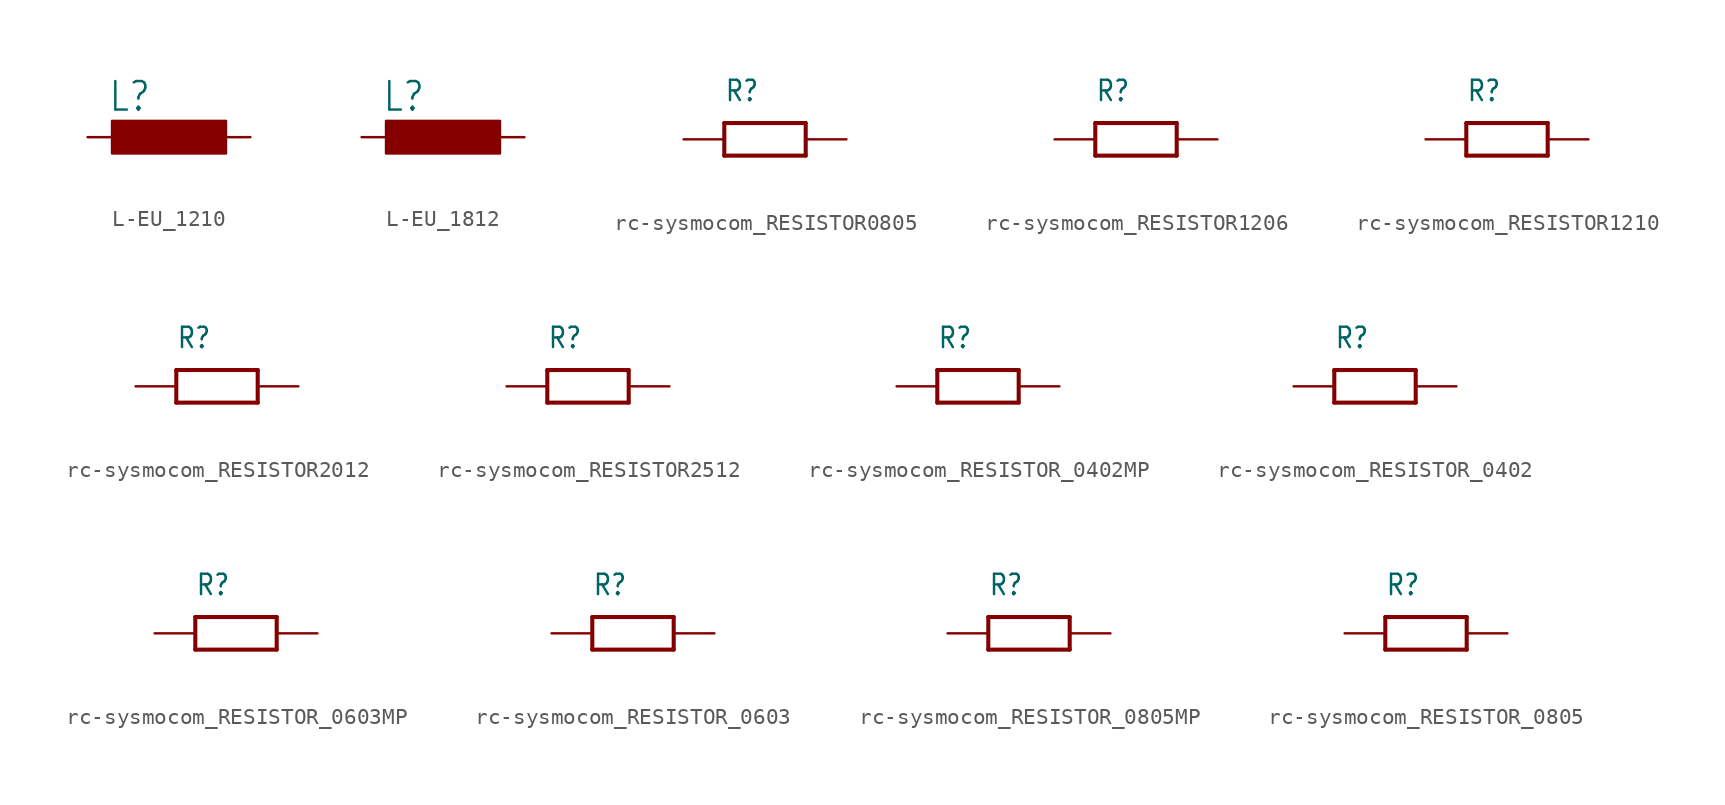
<source format=kicad_sym>
(kicad_symbol_lib
  (version 20231120)
  (generator "kicad_symbol_editor")
  (generator_version "8.0")
  (symbol "L-EU_1210"
    (property "Reference" "L"
      (at -3.81 1.499 0)
      (effects (font (size 1.778 1.511)) (justify left bottom)))
    (property "Value" ""
      (at -3.81 -3.302 0)
      (effects (font (size 1.778 1.511)) (justify left bottom)))
    (property "ki_locked" ""
      (at 0 0 0)
      (effects (font (size 1.27 1.27))))
    (symbol "L-EU_1210_1_0"
      (rectangle (start 3.556 -1.016) (end -3.556 1.016) (stroke (width 0) (type default)) (fill (type outline)))
      (pin passive line (at 5.08 0 180) (length 2.54) (name "1" (effects (font (size 0 0)))) (number "1" (effects (font (size 0 0)))))
      (pin passive line (at -5.08 0 0) (length 2.54) (name "2" (effects (font (size 0 0)))) (number "2" (effects (font (size 0 0)))))))
  (symbol "L-EU_1812"
    (property "Reference" "L"
      (at -3.81 1.499 0)
      (effects (font (size 1.778 1.511)) (justify left bottom)))
    (property "Value" ""
      (at -3.81 -3.302 0)
      (effects (font (size 1.778 1.511)) (justify left bottom)))
    (property "ki_locked" ""
      (at 0 0 0)
      (effects (font (size 1.27 1.27))))
    (symbol "L-EU_1812_1_0"
      (rectangle (start 3.556 -1.016) (end -3.556 1.016) (stroke (width 0) (type default)) (fill (type outline)))
      (pin passive line (at 5.08 0 180) (length 2.54) (name "1" (effects (font (size 0 0)))) (number "1" (effects (font (size 0 0)))))
      (pin passive line (at -5.08 0 0) (length 2.54) (name "2" (effects (font (size 0 0)))) (number "2" (effects (font (size 0 0)))))))
  (symbol "rc-sysmocom_RESISTOR0805"
    (property "Reference" "R"
      (at -2.54 2.286 0)
      (effects (font (size 1.27 1.079)) (justify left bottom)))
    (property "Value" ""
      (at -2.54 -3.429 0)
      (effects (font (size 1.27 1.079)) (justify left bottom)))
    (property "ki_locked" ""
      (at 0 0 0)
      (effects (font (size 1.27 1.27))))
    (symbol "rc-sysmocom_RESISTOR0805_1_0"
      (polyline (pts (xy -2.54 -1.016) (xy -2.54 1.016)) (stroke (width 0.254) (type solid)) (fill (type none)))
      (polyline (pts (xy -2.54 1.016) (xy 2.54 1.016)) (stroke (width 0.254) (type solid)) (fill (type none)))
      (polyline (pts (xy 2.54 -1.016) (xy -2.54 -1.016)) (stroke (width 0.254) (type solid)) (fill (type none)))
      (polyline (pts (xy 2.54 1.016) (xy 2.54 -1.016)) (stroke (width 0.254) (type solid)) (fill (type none)))
      (pin passive line (at -5.08 0 0) (length 2.54) (name "1" (effects (font (size 0 0)))) (number "1" (effects (font (size 0 0)))))
      (pin passive line (at 5.08 0 180) (length 2.54) (name "2" (effects (font (size 0 0)))) (number "2" (effects (font (size 0 0)))))))
  (symbol "rc-sysmocom_RESISTOR1206"
    (property "Reference" "R"
      (at -2.54 2.286 0)
      (effects (font (size 1.27 1.079)) (justify left bottom)))
    (property "Value" ""
      (at -2.54 -3.429 0)
      (effects (font (size 1.27 1.079)) (justify left bottom)))
    (property "ki_locked" ""
      (at 0 0 0)
      (effects (font (size 1.27 1.27))))
    (symbol "rc-sysmocom_RESISTOR1206_1_0"
      (polyline (pts (xy -2.54 -1.016) (xy -2.54 1.016)) (stroke (width 0.254) (type solid)) (fill (type none)))
      (polyline (pts (xy -2.54 1.016) (xy 2.54 1.016)) (stroke (width 0.254) (type solid)) (fill (type none)))
      (polyline (pts (xy 2.54 -1.016) (xy -2.54 -1.016)) (stroke (width 0.254) (type solid)) (fill (type none)))
      (polyline (pts (xy 2.54 1.016) (xy 2.54 -1.016)) (stroke (width 0.254) (type solid)) (fill (type none)))
      (pin passive line (at -5.08 0 0) (length 2.54) (name "1" (effects (font (size 0 0)))) (number "1" (effects (font (size 0 0)))))
      (pin passive line (at 5.08 0 180) (length 2.54) (name "2" (effects (font (size 0 0)))) (number "2" (effects (font (size 0 0)))))))
  (symbol "rc-sysmocom_RESISTOR1210"
    (property "Reference" "R"
      (at -2.54 2.286 0)
      (effects (font (size 1.27 1.079)) (justify left bottom)))
    (property "Value" ""
      (at -2.54 -3.429 0)
      (effects (font (size 1.27 1.079)) (justify left bottom)))
    (property "ki_locked" ""
      (at 0 0 0)
      (effects (font (size 1.27 1.27))))
    (symbol "rc-sysmocom_RESISTOR1210_1_0"
      (polyline (pts (xy -2.54 -1.016) (xy -2.54 1.016)) (stroke (width 0.254) (type solid)) (fill (type none)))
      (polyline (pts (xy -2.54 1.016) (xy 2.54 1.016)) (stroke (width 0.254) (type solid)) (fill (type none)))
      (polyline (pts (xy 2.54 -1.016) (xy -2.54 -1.016)) (stroke (width 0.254) (type solid)) (fill (type none)))
      (polyline (pts (xy 2.54 1.016) (xy 2.54 -1.016)) (stroke (width 0.254) (type solid)) (fill (type none)))
      (pin passive line (at -5.08 0 0) (length 2.54) (name "1" (effects (font (size 0 0)))) (number "1" (effects (font (size 0 0)))))
      (pin passive line (at 5.08 0 180) (length 2.54) (name "2" (effects (font (size 0 0)))) (number "2" (effects (font (size 0 0)))))))
  (symbol "rc-sysmocom_RESISTOR2012"
    (property "Reference" "R"
      (at -2.54 2.286 0)
      (effects (font (size 1.27 1.079)) (justify left bottom)))
    (property "Value" ""
      (at -2.54 -3.429 0)
      (effects (font (size 1.27 1.079)) (justify left bottom)))
    (property "ki_locked" ""
      (at 0 0 0)
      (effects (font (size 1.27 1.27))))
    (symbol "rc-sysmocom_RESISTOR2012_1_0"
      (polyline (pts (xy -2.54 -1.016) (xy -2.54 1.016)) (stroke (width 0.254) (type solid)) (fill (type none)))
      (polyline (pts (xy -2.54 1.016) (xy 2.54 1.016)) (stroke (width 0.254) (type solid)) (fill (type none)))
      (polyline (pts (xy 2.54 -1.016) (xy -2.54 -1.016)) (stroke (width 0.254) (type solid)) (fill (type none)))
      (polyline (pts (xy 2.54 1.016) (xy 2.54 -1.016)) (stroke (width 0.254) (type solid)) (fill (type none)))
      (pin passive line (at -5.08 0 0) (length 2.54) (name "1" (effects (font (size 0 0)))) (number "1" (effects (font (size 0 0)))))
      (pin passive line (at 5.08 0 180) (length 2.54) (name "2" (effects (font (size 0 0)))) (number "2" (effects (font (size 0 0)))))))
  (symbol "rc-sysmocom_RESISTOR2512"
    (property "Reference" "R"
      (at -2.54 2.286 0)
      (effects (font (size 1.27 1.079)) (justify left bottom)))
    (property "Value" ""
      (at -2.54 -3.429 0)
      (effects (font (size 1.27 1.079)) (justify left bottom)))
    (property "ki_locked" ""
      (at 0 0 0)
      (effects (font (size 1.27 1.27))))
    (symbol "rc-sysmocom_RESISTOR2512_1_0"
      (polyline (pts (xy -2.54 -1.016) (xy -2.54 1.016)) (stroke (width 0.254) (type solid)) (fill (type none)))
      (polyline (pts (xy -2.54 1.016) (xy 2.54 1.016)) (stroke (width 0.254) (type solid)) (fill (type none)))
      (polyline (pts (xy 2.54 -1.016) (xy -2.54 -1.016)) (stroke (width 0.254) (type solid)) (fill (type none)))
      (polyline (pts (xy 2.54 1.016) (xy 2.54 -1.016)) (stroke (width 0.254) (type solid)) (fill (type none)))
      (pin passive line (at -5.08 0 0) (length 2.54) (name "1" (effects (font (size 0 0)))) (number "1" (effects (font (size 0 0)))))
      (pin passive line (at 5.08 0 180) (length 2.54) (name "2" (effects (font (size 0 0)))) (number "2" (effects (font (size 0 0)))))))
  (symbol "rc-sysmocom_RESISTOR_0402MP"
    (property "Reference" "R"
      (at -2.54 2.286 0)
      (effects (font (size 1.27 1.079)) (justify left bottom)))
    (property "Value" ""
      (at -2.54 -3.429 0)
      (effects (font (size 1.27 1.079)) (justify left bottom)))
    (property "ki_locked" ""
      (at 0 0 0)
      (effects (font (size 1.27 1.27))))
    (symbol "rc-sysmocom_RESISTOR_0402MP_1_0"
      (polyline (pts (xy -2.54 -1.016) (xy -2.54 1.016)) (stroke (width 0.254) (type solid)) (fill (type none)))
      (polyline (pts (xy -2.54 1.016) (xy 2.54 1.016)) (stroke (width 0.254) (type solid)) (fill (type none)))
      (polyline (pts (xy 2.54 -1.016) (xy -2.54 -1.016)) (stroke (width 0.254) (type solid)) (fill (type none)))
      (polyline (pts (xy 2.54 1.016) (xy 2.54 -1.016)) (stroke (width 0.254) (type solid)) (fill (type none)))
      (pin passive line (at -5.08 0 0) (length 2.54) (name "1" (effects (font (size 0 0)))) (number "1" (effects (font (size 0 0)))))
      (pin passive line (at 5.08 0 180) (length 2.54) (name "2" (effects (font (size 0 0)))) (number "2" (effects (font (size 0 0)))))))
  (symbol "rc-sysmocom_RESISTOR_0402"
    (property "Reference" "R"
      (at -2.54 2.286 0)
      (effects (font (size 1.27 1.079)) (justify left bottom)))
    (property "Value" ""
      (at -2.54 -3.429 0)
      (effects (font (size 1.27 1.079)) (justify left bottom)))
    (property "ki_locked" ""
      (at 0 0 0)
      (effects (font (size 1.27 1.27))))
    (symbol "rc-sysmocom_RESISTOR_0402_1_0"
      (polyline (pts (xy -2.54 -1.016) (xy -2.54 1.016)) (stroke (width 0.254) (type solid)) (fill (type none)))
      (polyline (pts (xy -2.54 1.016) (xy 2.54 1.016)) (stroke (width 0.254) (type solid)) (fill (type none)))
      (polyline (pts (xy 2.54 -1.016) (xy -2.54 -1.016)) (stroke (width 0.254) (type solid)) (fill (type none)))
      (polyline (pts (xy 2.54 1.016) (xy 2.54 -1.016)) (stroke (width 0.254) (type solid)) (fill (type none)))
      (pin passive line (at -5.08 0 0) (length 2.54) (name "1" (effects (font (size 0 0)))) (number "1" (effects (font (size 0 0)))))
      (pin passive line (at 5.08 0 180) (length 2.54) (name "2" (effects (font (size 0 0)))) (number "2" (effects (font (size 0 0)))))))
  (symbol "rc-sysmocom_RESISTOR_0603MP"
    (property "Reference" "R"
      (at -2.54 2.286 0)
      (effects (font (size 1.27 1.079)) (justify left bottom)))
    (property "Value" ""
      (at -2.54 -3.429 0)
      (effects (font (size 1.27 1.079)) (justify left bottom)))
    (property "ki_locked" ""
      (at 0 0 0)
      (effects (font (size 1.27 1.27))))
    (symbol "rc-sysmocom_RESISTOR_0603MP_1_0"
      (polyline (pts (xy -2.54 -1.016) (xy -2.54 1.016)) (stroke (width 0.254) (type solid)) (fill (type none)))
      (polyline (pts (xy -2.54 1.016) (xy 2.54 1.016)) (stroke (width 0.254) (type solid)) (fill (type none)))
      (polyline (pts (xy 2.54 -1.016) (xy -2.54 -1.016)) (stroke (width 0.254) (type solid)) (fill (type none)))
      (polyline (pts (xy 2.54 1.016) (xy 2.54 -1.016)) (stroke (width 0.254) (type solid)) (fill (type none)))
      (pin passive line (at -5.08 0 0) (length 2.54) (name "1" (effects (font (size 0 0)))) (number "1" (effects (font (size 0 0)))))
      (pin passive line (at 5.08 0 180) (length 2.54) (name "2" (effects (font (size 0 0)))) (number "2" (effects (font (size 0 0)))))))
  (symbol "rc-sysmocom_RESISTOR_0603"
    (property "Reference" "R"
      (at -2.54 2.286 0)
      (effects (font (size 1.27 1.079)) (justify left bottom)))
    (property "Value" ""
      (at -2.54 -3.429 0)
      (effects (font (size 1.27 1.079)) (justify left bottom)))
    (property "ki_locked" ""
      (at 0 0 0)
      (effects (font (size 1.27 1.27))))
    (symbol "rc-sysmocom_RESISTOR_0603_1_0"
      (polyline (pts (xy -2.54 -1.016) (xy -2.54 1.016)) (stroke (width 0.254) (type solid)) (fill (type none)))
      (polyline (pts (xy -2.54 1.016) (xy 2.54 1.016)) (stroke (width 0.254) (type solid)) (fill (type none)))
      (polyline (pts (xy 2.54 -1.016) (xy -2.54 -1.016)) (stroke (width 0.254) (type solid)) (fill (type none)))
      (polyline (pts (xy 2.54 1.016) (xy 2.54 -1.016)) (stroke (width 0.254) (type solid)) (fill (type none)))
      (pin passive line (at -5.08 0 0) (length 2.54) (name "1" (effects (font (size 0 0)))) (number "1" (effects (font (size 0 0)))))
      (pin passive line (at 5.08 0 180) (length 2.54) (name "2" (effects (font (size 0 0)))) (number "2" (effects (font (size 0 0)))))))
  (symbol "rc-sysmocom_RESISTOR_0805MP"
    (property "Reference" "R"
      (at -2.54 2.286 0)
      (effects (font (size 1.27 1.079)) (justify left bottom)))
    (property "Value" ""
      (at -2.54 -3.429 0)
      (effects (font (size 1.27 1.079)) (justify left bottom)))
    (property "ki_locked" ""
      (at 0 0 0)
      (effects (font (size 1.27 1.27))))
    (symbol "rc-sysmocom_RESISTOR_0805MP_1_0"
      (polyline (pts (xy -2.54 -1.016) (xy -2.54 1.016)) (stroke (width 0.254) (type solid)) (fill (type none)))
      (polyline (pts (xy -2.54 1.016) (xy 2.54 1.016)) (stroke (width 0.254) (type solid)) (fill (type none)))
      (polyline (pts (xy 2.54 -1.016) (xy -2.54 -1.016)) (stroke (width 0.254) (type solid)) (fill (type none)))
      (polyline (pts (xy 2.54 1.016) (xy 2.54 -1.016)) (stroke (width 0.254) (type solid)) (fill (type none)))
      (pin passive line (at -5.08 0 0) (length 2.54) (name "1" (effects (font (size 0 0)))) (number "1" (effects (font (size 0 0)))))
      (pin passive line (at 5.08 0 180) (length 2.54) (name "2" (effects (font (size 0 0)))) (number "2" (effects (font (size 0 0)))))))
  (symbol "rc-sysmocom_RESISTOR_0805"
    (property "Reference" "R"
      (at -2.54 2.286 0)
      (effects (font (size 1.27 1.079)) (justify left bottom)))
    (property "Value" ""
      (at -2.54 -3.429 0)
      (effects (font (size 1.27 1.079)) (justify left bottom)))
    (property "ki_locked" ""
      (at 0 0 0)
      (effects (font (size 1.27 1.27))))
    (symbol "rc-sysmocom_RESISTOR_0805_1_0"
      (polyline (pts (xy -2.54 -1.016) (xy -2.54 1.016)) (stroke (width 0.254) (type solid)) (fill (type none)))
      (polyline (pts (xy -2.54 1.016) (xy 2.54 1.016)) (stroke (width 0.254) (type solid)) (fill (type none)))
      (polyline (pts (xy 2.54 -1.016) (xy -2.54 -1.016)) (stroke (width 0.254) (type solid)) (fill (type none)))
      (polyline (pts (xy 2.54 1.016) (xy 2.54 -1.016)) (stroke (width 0.254) (type solid)) (fill (type none)))
      (pin passive line (at -5.08 0 0) (length 2.54) (name "1" (effects (font (size 0 0)))) (number "1" (effects (font (size 0 0)))))
      (pin passive line (at 5.08 0 180) (length 2.54) (name "2" (effects (font (size 0 0)))) (number "2" (effects (font (size 0 0))))))))
</source>
